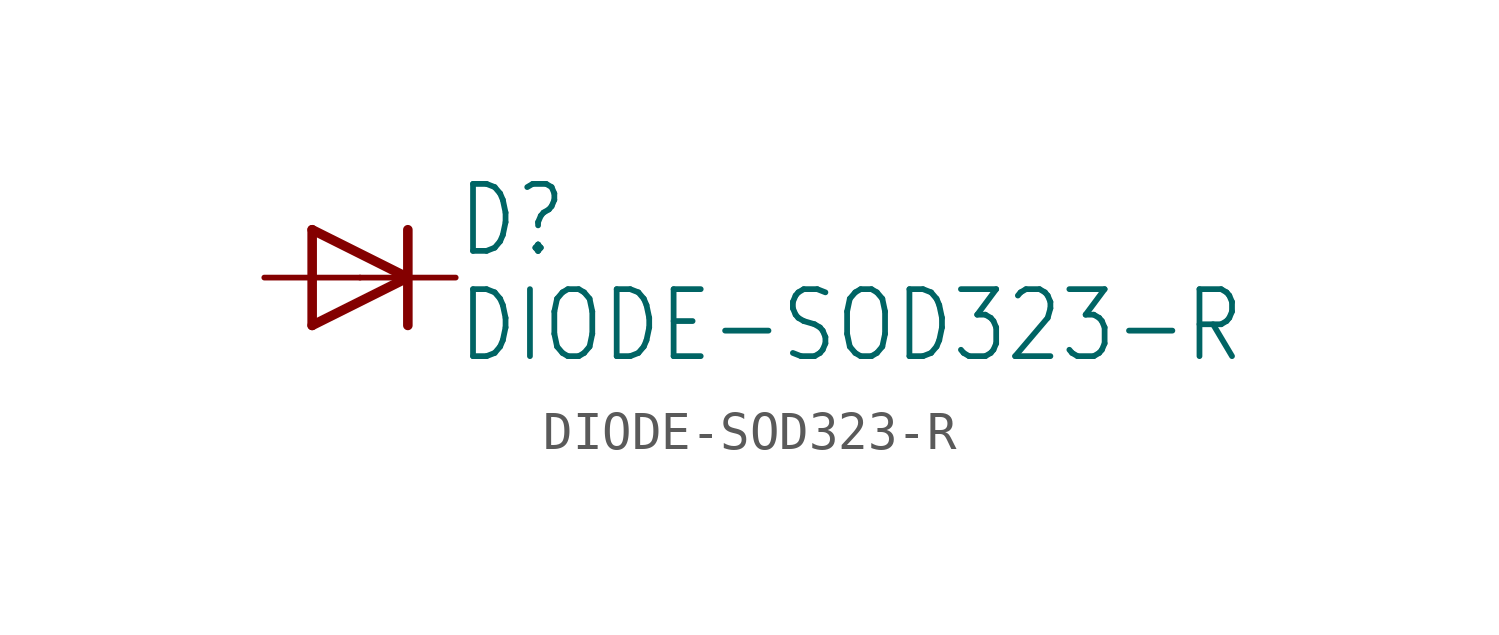
<source format=kicad_sym>
(kicad_symbol_lib
  (version 20211014)
  (generator kicad_symbol_editor)
  (symbol "DIODE-SOD323-R"
    (property "Reference" "D"
      (at 2.54 0.483 0)
      (effects (font (size 1.778 1.511)) (justify left bottom)))
    (property "Value" "DIODE-SOD323-R"
      (at 2.54 -2.311 0)
      (effects (font (size 1.778 1.511)) (justify left bottom)))
    (property "ki_locked" ""
      (at 0 0 0)
      (effects (font (size 1.27 1.27))))
    (symbol "DIODE-SOD323-R_1_0"
      (polyline (pts (xy -1.27 -1.27) (xy 1.27 0)) (stroke (width 0.254) (type default) (color 0 0 0 0)) (fill (type none)))
      (polyline (pts (xy -1.27 1.27) (xy -1.27 -1.27)) (stroke (width 0.254) (type default) (color 0 0 0 0)) (fill (type none)))
      (polyline (pts (xy 1.27 0) (xy -1.27 1.27)) (stroke (width 0.254) (type default) (color 0 0 0 0)) (fill (type none)))
      (polyline (pts (xy 1.27 0) (xy 1.27 -1.27)) (stroke (width 0.254) (type default) (color 0 0 0 0)) (fill (type none)))
      (polyline (pts (xy 1.27 1.27) (xy 1.27 0)) (stroke (width 0.254) (type default) (color 0 0 0 0)) (fill (type none)))
      (pin passive line (at -2.54 0 0) (length 2.54) (name "A" (effects (font (size 0 0)))) (number "A" (effects (font (size 0 0)))))
      (pin passive line (at 2.54 0 180) (length 2.54) (name "C" (effects (font (size 0 0)))) (number "C" (effects (font (size 0 0))))))))
</source>
